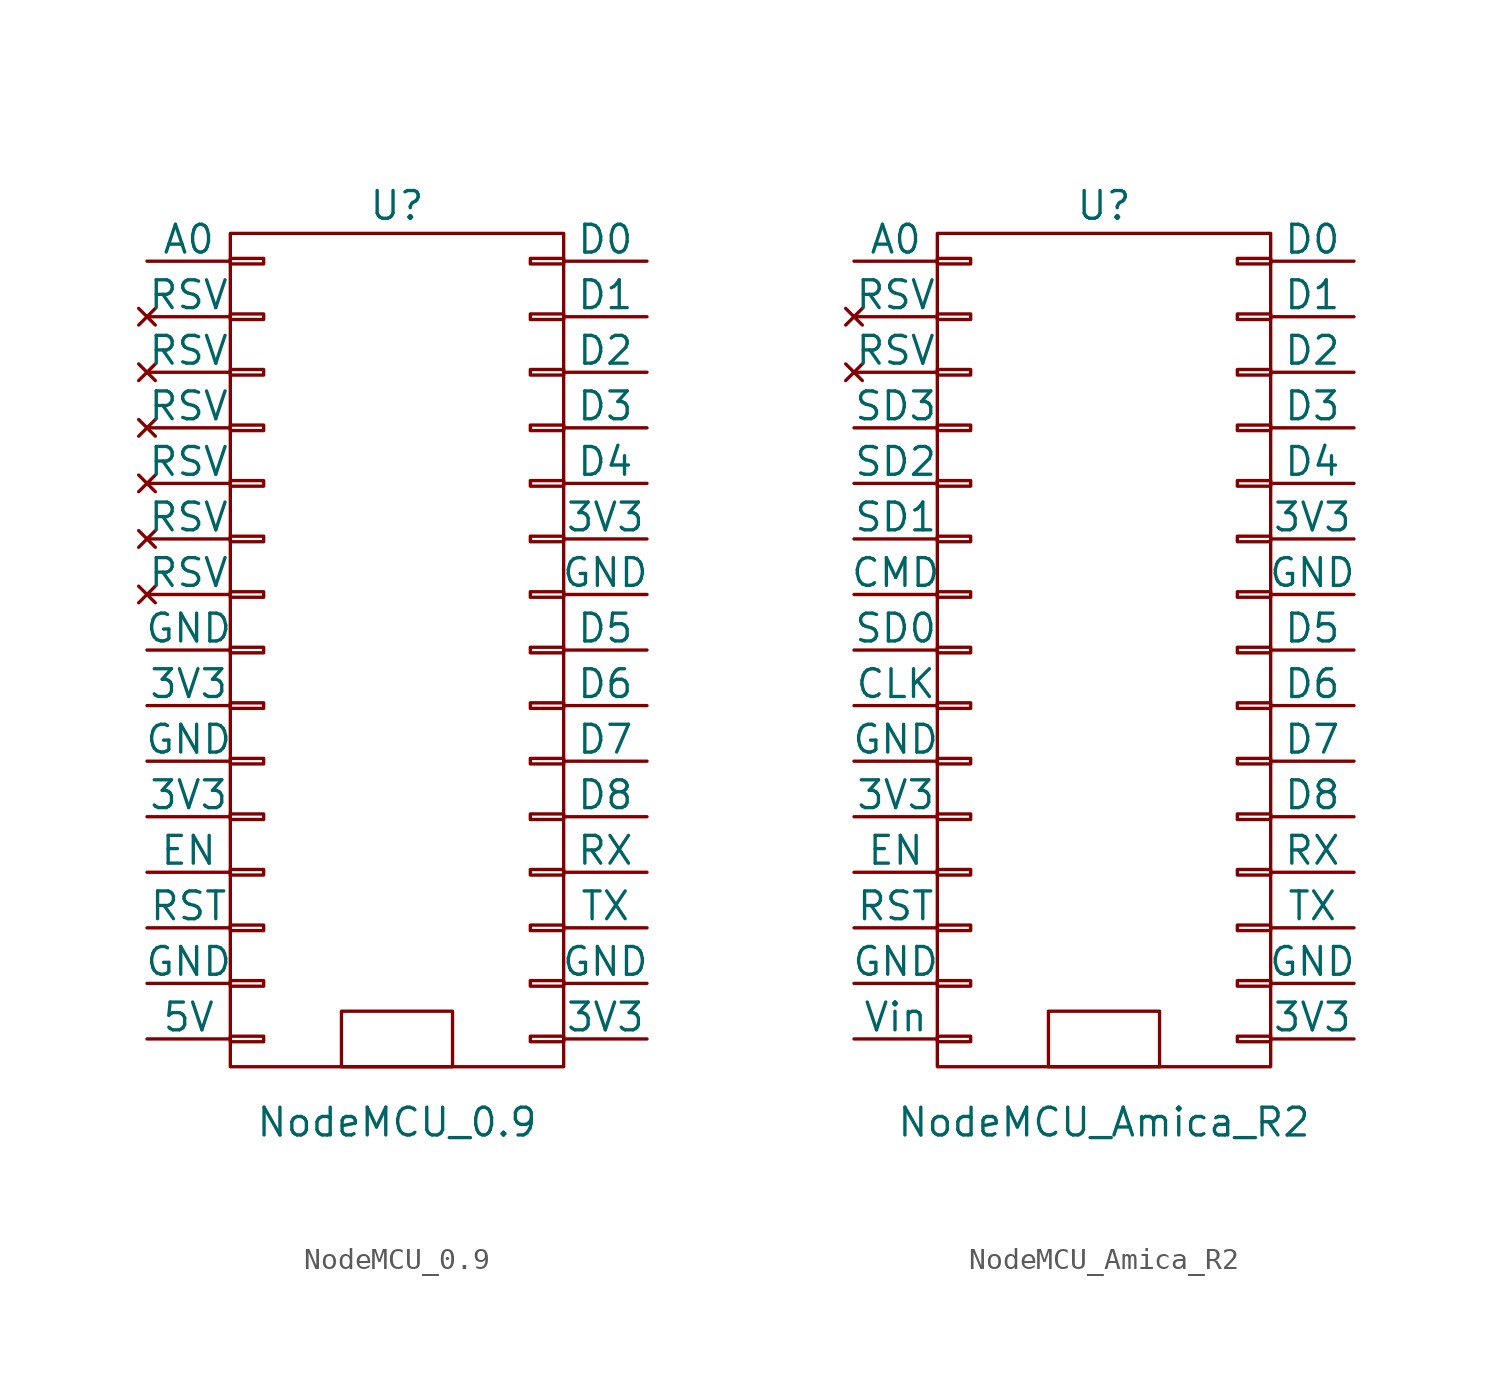
<source format=kicad_sym>
(kicad_symbol_lib
  (version 20231120)
  (generator "kicad_symbol_editor")
  (generator_version "8.0")
  (symbol "NodeMCU_0.9"
    (pin_numbers hide)
    (pin_names
      (offset 0))
    (property "Reference" "U"
      (at 0 20.32 0)
      (effects (font (size 1.27 1.27))))
    (property "Value" "NodeMCU_0.9"
      (at 0 -21.59 0)
      (effects (font (size 1.27 1.27))))
    (property "Footprint" ""
      (at 6.35 0 0)
      (effects (font (size 1.27 1.27))))
    (property "Datasheet" ""
      (at 6.35 0 0)
      (effects (font (size 1.27 1.27))))
    (symbol "NodeMCU_0.9_0_1"
      (rectangle (start -7.62 -17.653) (end -6.096 -17.907) (stroke (width 0) (type solid)) (fill (type none)))
      (rectangle (start -7.62 -15.113) (end -6.096 -15.367) (stroke (width 0) (type solid)) (fill (type none)))
      (rectangle (start -7.62 -12.573) (end -6.096 -12.827) (stroke (width 0) (type solid)) (fill (type none)))
      (rectangle (start -7.62 -10.033) (end -6.096 -10.287) (stroke (width 0) (type solid)) (fill (type none)))
      (rectangle (start -7.62 -7.493) (end -6.096 -7.747) (stroke (width 0) (type solid)) (fill (type none)))
      (rectangle (start -7.62 -4.953) (end -6.096 -5.207) (stroke (width 0) (type solid)) (fill (type none)))
      (rectangle (start -7.62 -2.413) (end -6.096 -2.667) (stroke (width 0) (type solid)) (fill (type none)))
      (rectangle (start -7.62 0.127) (end -6.096 -0.127) (stroke (width 0) (type solid)) (fill (type none)))
      (rectangle (start -7.62 2.667) (end -6.096 2.413) (stroke (width 0) (type solid)) (fill (type none)))
      (rectangle (start -7.62 5.207) (end -6.096 4.953) (stroke (width 0) (type solid)) (fill (type none)))
      (rectangle (start -7.62 7.747) (end -6.096 7.493) (stroke (width 0) (type solid)) (fill (type none)))
      (rectangle (start -7.62 10.287) (end -6.096 10.033) (stroke (width 0) (type solid)) (fill (type none)))
      (rectangle (start -7.62 12.827) (end -6.096 12.573) (stroke (width 0) (type solid)) (fill (type none)))
      (rectangle (start -7.62 15.367) (end -6.096 15.113) (stroke (width 0) (type solid)) (fill (type none)))
      (rectangle (start -7.62 17.907) (end -6.096 17.653) (stroke (width 0) (type solid)) (fill (type none)))
      (rectangle (start -7.62 19.05) (end 7.62 -19.05) (stroke (width 0) (type solid)) (fill (type none)))
      (rectangle (start 2.54 -16.51) (end -2.54 -19.05) (stroke (width 0) (type solid)) (fill (type none)))
      (rectangle (start 7.62 -17.653) (end 6.096 -17.907) (stroke (width 0) (type solid)) (fill (type none)))
      (rectangle (start 7.62 -15.113) (end 6.096 -15.367) (stroke (width 0) (type solid)) (fill (type none)))
      (rectangle (start 7.62 -12.573) (end 6.096 -12.827) (stroke (width 0) (type solid)) (fill (type none)))
      (rectangle (start 7.62 -10.033) (end 6.096 -10.287) (stroke (width 0) (type solid)) (fill (type none)))
      (rectangle (start 7.62 -7.493) (end 6.096 -7.747) (stroke (width 0) (type solid)) (fill (type none)))
      (rectangle (start 7.62 -4.953) (end 6.096 -5.207) (stroke (width 0) (type solid)) (fill (type none)))
      (rectangle (start 7.62 -2.413) (end 6.096 -2.667) (stroke (width 0) (type solid)) (fill (type none)))
      (rectangle (start 7.62 0.127) (end 6.096 -0.127) (stroke (width 0) (type solid)) (fill (type none)))
      (rectangle (start 7.62 2.667) (end 6.096 2.413) (stroke (width 0) (type solid)) (fill (type none)))
      (rectangle (start 7.62 5.207) (end 6.096 4.953) (stroke (width 0) (type solid)) (fill (type none)))
      (rectangle (start 7.62 7.747) (end 6.096 7.493) (stroke (width 0) (type solid)) (fill (type none)))
      (rectangle (start 7.62 10.287) (end 6.096 10.033) (stroke (width 0) (type solid)) (fill (type none)))
      (rectangle (start 7.62 12.827) (end 6.096 12.573) (stroke (width 0) (type solid)) (fill (type none)))
      (rectangle (start 7.62 15.367) (end 6.096 15.113) (stroke (width 0) (type solid)) (fill (type none)))
      (rectangle (start 7.62 17.907) (end 6.096 17.653) (stroke (width 0) (type solid)) (fill (type none))))
    (symbol "NodeMCU_0.9_1_1"
      (pin bidirectional line (at -11.43 17.78 0) (length 3.81) (name "A0" (effects (font (size 1.27 1.27)))) (number "1" (effects (font (size 1.27 1.27)))))
      (pin power_in line (at -11.43 -5.08 0) (length 3.81) (name "GND" (effects (font (size 1.27 1.27)))) (number "10" (effects (font (size 1.27 1.27)))))
      (pin power_in line (at -11.43 -7.62 0) (length 3.81) (name "3V3" (effects (font (size 1.27 1.27)))) (number "11" (effects (font (size 1.27 1.27)))))
      (pin tri_state line (at -11.43 -10.16 0) (length 3.81) (name "EN" (effects (font (size 1.27 1.27)))) (number "12" (effects (font (size 1.27 1.27)))))
      (pin input line (at -11.43 -12.7 0) (length 3.81) (name "RST" (effects (font (size 1.27 1.27)))) (number "13" (effects (font (size 1.27 1.27)))))
      (pin power_in line (at -11.43 -15.24 0) (length 3.81) (name "GND" (effects (font (size 1.27 1.27)))) (number "14" (effects (font (size 1.27 1.27)))))
      (pin power_in line (at -11.43 -17.78 0) (length 3.81) (name "5V" (effects (font (size 1.27 1.27)))) (number "15" (effects (font (size 1.27 1.27)))))
      (pin power_in line (at 11.43 -17.78 180) (length 3.81) (name "3V3" (effects (font (size 1.27 1.27)))) (number "16" (effects (font (size 1.27 1.27)))))
      (pin power_in line (at 11.43 -15.24 180) (length 3.81) (name "GND" (effects (font (size 1.27 1.27)))) (number "17" (effects (font (size 1.27 1.27)))))
      (pin tri_state line (at 11.43 -12.7 180) (length 3.81) (name "TX" (effects (font (size 1.27 1.27)))) (number "18" (effects (font (size 1.27 1.27)))))
      (pin tri_state line (at 11.43 -10.16 180) (length 3.81) (name "RX" (effects (font (size 1.27 1.27)))) (number "19" (effects (font (size 1.27 1.27)))))
      (pin no_connect line (at -11.43 15.24 0) (length 3.81) (name "RSV" (effects (font (size 1.27 1.27)))) (number "2" (effects (font (size 1.27 1.27)))))
      (pin bidirectional line (at 11.43 -7.62 180) (length 3.81) (name "D8" (effects (font (size 1.27 1.27)))) (number "20" (effects (font (size 1.27 1.27)))))
      (pin bidirectional line (at 11.43 -5.08 180) (length 3.81) (name "D7" (effects (font (size 1.27 1.27)))) (number "21" (effects (font (size 1.27 1.27)))))
      (pin bidirectional line (at 11.43 -2.54 180) (length 3.81) (name "D6" (effects (font (size 1.27 1.27)))) (number "22" (effects (font (size 1.27 1.27)))))
      (pin bidirectional line (at 11.43 0 180) (length 3.81) (name "D5" (effects (font (size 1.27 1.27)))) (number "23" (effects (font (size 1.27 1.27)))))
      (pin power_in line (at 11.43 2.54 180) (length 3.81) (name "GND" (effects (font (size 1.27 1.27)))) (number "24" (effects (font (size 1.27 1.27)))))
      (pin power_in line (at 11.43 5.08 180) (length 3.81) (name "3V3" (effects (font (size 1.27 1.27)))) (number "25" (effects (font (size 1.27 1.27)))))
      (pin bidirectional line (at 11.43 7.62 180) (length 3.81) (name "D4" (effects (font (size 1.27 1.27)))) (number "26" (effects (font (size 1.27 1.27)))))
      (pin bidirectional line (at 11.43 10.16 180) (length 3.81) (name "D3" (effects (font (size 1.27 1.27)))) (number "27" (effects (font (size 1.27 1.27)))))
      (pin bidirectional line (at 11.43 12.7 180) (length 3.81) (name "D2" (effects (font (size 1.27 1.27)))) (number "28" (effects (font (size 1.27 1.27)))))
      (pin bidirectional line (at 11.43 15.24 180) (length 3.81) (name "D1" (effects (font (size 1.27 1.27)))) (number "29" (effects (font (size 1.27 1.27)))))
      (pin no_connect line (at -11.43 12.7 0) (length 3.81) (name "RSV" (effects (font (size 1.27 1.27)))) (number "3" (effects (font (size 1.27 1.27)))))
      (pin bidirectional line (at 11.43 17.78 180) (length 3.81) (name "D0" (effects (font (size 1.27 1.27)))) (number "30" (effects (font (size 1.27 1.27)))))
      (pin no_connect line (at -11.43 10.16 0) (length 3.81) (name "RSV" (effects (font (size 1.27 1.27)))) (number "4" (effects (font (size 1.27 1.27)))))
      (pin no_connect line (at -11.43 7.62 0) (length 3.81) (name "RSV" (effects (font (size 1.27 1.27)))) (number "5" (effects (font (size 1.27 1.27)))))
      (pin no_connect line (at -11.43 5.08 0) (length 3.81) (name "RSV" (effects (font (size 1.27 1.27)))) (number "6" (effects (font (size 1.27 1.27)))))
      (pin no_connect line (at -11.43 2.54 0) (length 3.81) (name "RSV" (effects (font (size 1.27 1.27)))) (number "7" (effects (font (size 1.27 1.27)))))
      (pin power_in line (at -11.43 0 0) (length 3.81) (name "GND" (effects (font (size 1.27 1.27)))) (number "8" (effects (font (size 1.27 1.27)))))
      (pin power_in line (at -11.43 -2.54 0) (length 3.81) (name "3V3" (effects (font (size 1.27 1.27)))) (number "9" (effects (font (size 1.27 1.27)))))))
  (symbol "NodeMCU_Amica_R2"
    (pin_numbers hide)
    (pin_names
      (offset 0))
    (property "Reference" "U"
      (at 0 20.32 0)
      (effects (font (size 1.27 1.27))))
    (property "Value" "NodeMCU_Amica_R2"
      (at 0 -21.59 0)
      (effects (font (size 1.27 1.27))))
    (property "Footprint" ""
      (at 6.35 0 0)
      (effects (font (size 1.27 1.27))))
    (property "Datasheet" ""
      (at 6.35 0 0)
      (effects (font (size 1.27 1.27))))
    (symbol "NodeMCU_Amica_R2_0_1"
      (rectangle (start -7.62 -17.653) (end -6.096 -17.907) (stroke (width 0) (type solid)) (fill (type none)))
      (rectangle (start -7.62 -15.113) (end -6.096 -15.367) (stroke (width 0) (type solid)) (fill (type none)))
      (rectangle (start -7.62 -12.573) (end -6.096 -12.827) (stroke (width 0) (type solid)) (fill (type none)))
      (rectangle (start -7.62 -10.033) (end -6.096 -10.287) (stroke (width 0) (type solid)) (fill (type none)))
      (rectangle (start -7.62 -7.493) (end -6.096 -7.747) (stroke (width 0) (type solid)) (fill (type none)))
      (rectangle (start -7.62 -4.953) (end -6.096 -5.207) (stroke (width 0) (type solid)) (fill (type none)))
      (rectangle (start -7.62 -2.413) (end -6.096 -2.667) (stroke (width 0) (type solid)) (fill (type none)))
      (rectangle (start -7.62 0.127) (end -6.096 -0.127) (stroke (width 0) (type solid)) (fill (type none)))
      (rectangle (start -7.62 2.667) (end -6.096 2.413) (stroke (width 0) (type solid)) (fill (type none)))
      (rectangle (start -7.62 5.207) (end -6.096 4.953) (stroke (width 0) (type solid)) (fill (type none)))
      (rectangle (start -7.62 7.747) (end -6.096 7.493) (stroke (width 0) (type solid)) (fill (type none)))
      (rectangle (start -7.62 10.287) (end -6.096 10.033) (stroke (width 0) (type solid)) (fill (type none)))
      (rectangle (start -7.62 12.827) (end -6.096 12.573) (stroke (width 0) (type solid)) (fill (type none)))
      (rectangle (start -7.62 15.367) (end -6.096 15.113) (stroke (width 0) (type solid)) (fill (type none)))
      (rectangle (start -7.62 17.907) (end -6.096 17.653) (stroke (width 0) (type solid)) (fill (type none)))
      (rectangle (start -7.62 19.05) (end 7.62 -19.05) (stroke (width 0) (type solid)) (fill (type none)))
      (rectangle (start 2.54 -16.51) (end -2.54 -19.05) (stroke (width 0) (type solid)) (fill (type none)))
      (rectangle (start 7.62 -17.653) (end 6.096 -17.907) (stroke (width 0) (type solid)) (fill (type none)))
      (rectangle (start 7.62 -15.113) (end 6.096 -15.367) (stroke (width 0) (type solid)) (fill (type none)))
      (rectangle (start 7.62 -12.573) (end 6.096 -12.827) (stroke (width 0) (type solid)) (fill (type none)))
      (rectangle (start 7.62 -10.033) (end 6.096 -10.287) (stroke (width 0) (type solid)) (fill (type none)))
      (rectangle (start 7.62 -7.493) (end 6.096 -7.747) (stroke (width 0) (type solid)) (fill (type none)))
      (rectangle (start 7.62 -4.953) (end 6.096 -5.207) (stroke (width 0) (type solid)) (fill (type none)))
      (rectangle (start 7.62 -2.413) (end 6.096 -2.667) (stroke (width 0) (type solid)) (fill (type none)))
      (rectangle (start 7.62 0.127) (end 6.096 -0.127) (stroke (width 0) (type solid)) (fill (type none)))
      (rectangle (start 7.62 2.667) (end 6.096 2.413) (stroke (width 0) (type solid)) (fill (type none)))
      (rectangle (start 7.62 5.207) (end 6.096 4.953) (stroke (width 0) (type solid)) (fill (type none)))
      (rectangle (start 7.62 7.747) (end 6.096 7.493) (stroke (width 0) (type solid)) (fill (type none)))
      (rectangle (start 7.62 10.287) (end 6.096 10.033) (stroke (width 0) (type solid)) (fill (type none)))
      (rectangle (start 7.62 12.827) (end 6.096 12.573) (stroke (width 0) (type solid)) (fill (type none)))
      (rectangle (start 7.62 15.367) (end 6.096 15.113) (stroke (width 0) (type solid)) (fill (type none)))
      (rectangle (start 7.62 17.907) (end 6.096 17.653) (stroke (width 0) (type solid)) (fill (type none))))
    (symbol "NodeMCU_Amica_R2_1_1"
      (pin bidirectional line (at -11.43 17.78 0) (length 3.81) (name "A0" (effects (font (size 1.27 1.27)))) (number "1" (effects (font (size 1.27 1.27)))))
      (pin power_in line (at -11.43 -5.08 0) (length 3.81) (name "GND" (effects (font (size 1.27 1.27)))) (number "10" (effects (font (size 1.27 1.27)))))
      (pin power_in line (at -11.43 -7.62 0) (length 3.81) (name "3V3" (effects (font (size 1.27 1.27)))) (number "11" (effects (font (size 1.27 1.27)))))
      (pin tri_state line (at -11.43 -10.16 0) (length 3.81) (name "EN" (effects (font (size 1.27 1.27)))) (number "12" (effects (font (size 1.27 1.27)))))
      (pin input line (at -11.43 -12.7 0) (length 3.81) (name "RST" (effects (font (size 1.27 1.27)))) (number "13" (effects (font (size 1.27 1.27)))))
      (pin power_in line (at -11.43 -15.24 0) (length 3.81) (name "GND" (effects (font (size 1.27 1.27)))) (number "14" (effects (font (size 1.27 1.27)))))
      (pin power_in line (at -11.43 -17.78 0) (length 3.81) (name "Vin" (effects (font (size 1.27 1.27)))) (number "15" (effects (font (size 1.27 1.27)))))
      (pin power_in line (at 11.43 -17.78 180) (length 3.81) (name "3V3" (effects (font (size 1.27 1.27)))) (number "16" (effects (font (size 1.27 1.27)))))
      (pin power_in line (at 11.43 -15.24 180) (length 3.81) (name "GND" (effects (font (size 1.27 1.27)))) (number "17" (effects (font (size 1.27 1.27)))))
      (pin tri_state line (at 11.43 -12.7 180) (length 3.81) (name "TX" (effects (font (size 1.27 1.27)))) (number "18" (effects (font (size 1.27 1.27)))))
      (pin tri_state line (at 11.43 -10.16 180) (length 3.81) (name "RX" (effects (font (size 1.27 1.27)))) (number "19" (effects (font (size 1.27 1.27)))))
      (pin no_connect line (at -11.43 15.24 0) (length 3.81) (name "RSV" (effects (font (size 1.27 1.27)))) (number "2" (effects (font (size 1.27 1.27)))))
      (pin bidirectional line (at 11.43 -7.62 180) (length 3.81) (name "D8" (effects (font (size 1.27 1.27)))) (number "20" (effects (font (size 1.27 1.27)))))
      (pin bidirectional line (at 11.43 -5.08 180) (length 3.81) (name "D7" (effects (font (size 1.27 1.27)))) (number "21" (effects (font (size 1.27 1.27)))))
      (pin bidirectional line (at 11.43 -2.54 180) (length 3.81) (name "D6" (effects (font (size 1.27 1.27)))) (number "22" (effects (font (size 1.27 1.27)))))
      (pin bidirectional line (at 11.43 0 180) (length 3.81) (name "D5" (effects (font (size 1.27 1.27)))) (number "23" (effects (font (size 1.27 1.27)))))
      (pin power_in line (at 11.43 2.54 180) (length 3.81) (name "GND" (effects (font (size 1.27 1.27)))) (number "24" (effects (font (size 1.27 1.27)))))
      (pin power_in line (at 11.43 5.08 180) (length 3.81) (name "3V3" (effects (font (size 1.27 1.27)))) (number "25" (effects (font (size 1.27 1.27)))))
      (pin bidirectional line (at 11.43 7.62 180) (length 3.81) (name "D4" (effects (font (size 1.27 1.27)))) (number "26" (effects (font (size 1.27 1.27)))))
      (pin bidirectional line (at 11.43 10.16 180) (length 3.81) (name "D3" (effects (font (size 1.27 1.27)))) (number "27" (effects (font (size 1.27 1.27)))))
      (pin bidirectional line (at 11.43 12.7 180) (length 3.81) (name "D2" (effects (font (size 1.27 1.27)))) (number "28" (effects (font (size 1.27 1.27)))))
      (pin bidirectional line (at 11.43 15.24 180) (length 3.81) (name "D1" (effects (font (size 1.27 1.27)))) (number "29" (effects (font (size 1.27 1.27)))))
      (pin no_connect line (at -11.43 12.7 0) (length 3.81) (name "RSV" (effects (font (size 1.27 1.27)))) (number "3" (effects (font (size 1.27 1.27)))))
      (pin bidirectional line (at 11.43 17.78 180) (length 3.81) (name "D0" (effects (font (size 1.27 1.27)))) (number "30" (effects (font (size 1.27 1.27)))))
      (pin tri_state line (at -11.43 10.16 0) (length 3.81) (name "SD3" (effects (font (size 1.27 1.27)))) (number "4" (effects (font (size 1.27 1.27)))))
      (pin tri_state line (at -11.43 7.62 0) (length 3.81) (name "SD2" (effects (font (size 1.27 1.27)))) (number "5" (effects (font (size 1.27 1.27)))))
      (pin tri_state line (at -11.43 5.08 0) (length 3.81) (name "SD1" (effects (font (size 1.27 1.27)))) (number "6" (effects (font (size 1.27 1.27)))))
      (pin tri_state line (at -11.43 2.54 0) (length 3.81) (name "CMD" (effects (font (size 1.27 1.27)))) (number "7" (effects (font (size 1.27 1.27)))))
      (pin tri_state line (at -11.43 0 0) (length 3.81) (name "SD0" (effects (font (size 1.27 1.27)))) (number "8" (effects (font (size 1.27 1.27)))))
      (pin power_in line (at -11.43 -2.54 0) (length 3.81) (name "CLK" (effects (font (size 1.27 1.27)))) (number "9" (effects (font (size 1.27 1.27))))))))
</source>
